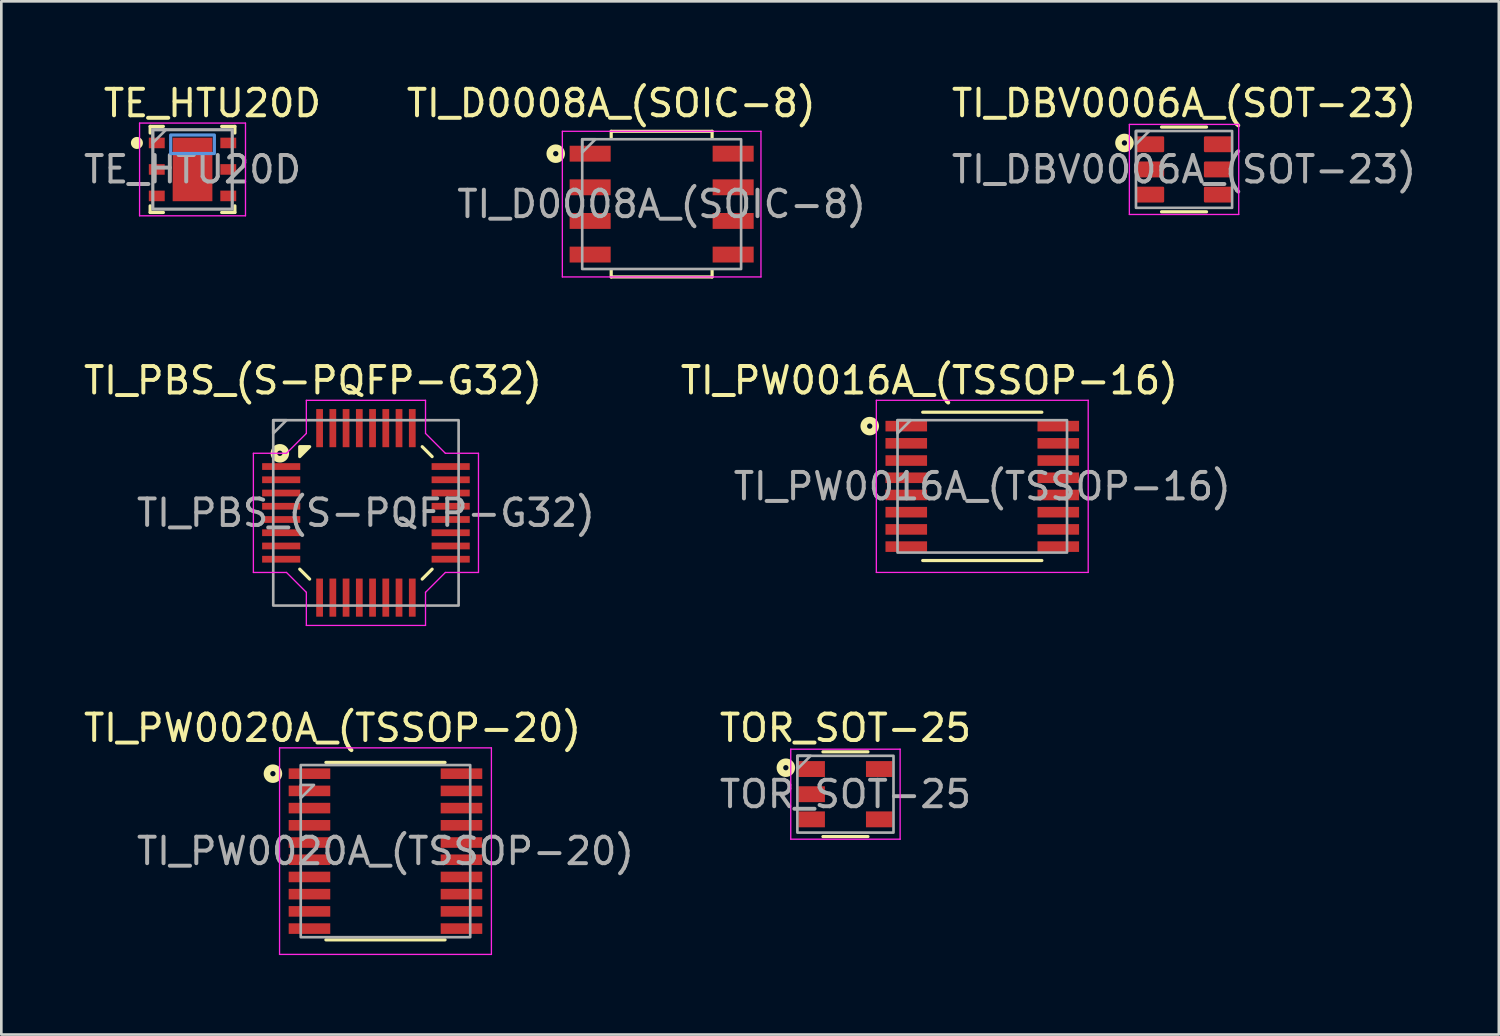
<source format=kicad_pcb>
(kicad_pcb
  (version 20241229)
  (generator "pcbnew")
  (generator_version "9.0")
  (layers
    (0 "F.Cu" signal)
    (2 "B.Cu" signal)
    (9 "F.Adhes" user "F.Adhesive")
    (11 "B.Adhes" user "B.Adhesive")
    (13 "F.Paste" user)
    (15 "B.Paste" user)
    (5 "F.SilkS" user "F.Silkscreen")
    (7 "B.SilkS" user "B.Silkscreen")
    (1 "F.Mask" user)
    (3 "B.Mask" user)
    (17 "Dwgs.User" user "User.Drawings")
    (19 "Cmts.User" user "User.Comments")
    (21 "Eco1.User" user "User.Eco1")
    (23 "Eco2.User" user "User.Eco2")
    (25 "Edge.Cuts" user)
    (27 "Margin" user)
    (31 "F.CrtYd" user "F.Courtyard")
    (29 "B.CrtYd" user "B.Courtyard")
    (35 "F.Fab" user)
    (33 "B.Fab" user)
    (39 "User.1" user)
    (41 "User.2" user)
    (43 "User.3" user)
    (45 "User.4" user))
  (footprint "TI_PW0016A_(TSSOP-16)"
    (layer "F.Cu")
    (at 34.042 15.316)
    (property "Reference" "TI_PW0016A_(TSSOP-16)" (at -2 -4 0) (unlocked yes) (layer "F.SilkS") (effects (font (size 1 1) (thickness 0.15))))
    (attr smd)
    (fp_line (start 2.25 -2.8) (end -2.25 -2.8) (stroke (width 0.12) (type solid)) (layer "F.SilkS"))
    (fp_line (start 2.25 2.8) (end -2.25 2.8) (stroke (width 0.12) (type solid)) (layer "F.SilkS"))
    (fp_circle (center -4.25 -2.275) (end -4.15 -2.275) (stroke (width 0.25) (type solid)) (fill no) (layer "F.SilkS"))
    (fp_line (start -4 -3.25) (end 4 -3.25) (stroke (width 0.05) (type solid)) (layer "F.CrtYd"))
    (fp_line (start -4 3.25) (end -4 -3.25) (stroke (width 0.05) (type solid)) (layer "F.CrtYd"))
    (fp_line (start 4 -3.25) (end 4 3.25) (stroke (width 0.05) (type solid)) (layer "F.CrtYd"))
    (fp_line (start 4 3.25) (end -4 3.25) (stroke (width 0.05) (type solid)) (layer "F.CrtYd"))
    (fp_rect (start 3.2 -2.5) (end -3.2 2.5) (stroke (width 0.1) (type solid)) (fill no) (layer "F.Fab"))
    (fp_poly (pts (xy -3.2 -2) (xy -3.2 -2.5) (xy -2.7 -2.5)) (stroke (width 0.1) (type solid)) (fill no) (layer "F.Fab"))
    (fp_text user "${REFERENCE}" (at 0 0 0) (unlocked yes) (layer "F.Fab") (effects (font (size 1 1) (thickness 0.15))))
    (pad "1" smd rect (at -2.87 -2.275) (size 1.57 0.4) (layers "F.Cu" "F.Mask" "F.Paste"))
    (pad "2" smd rect (at -2.87 -1.625) (size 1.57 0.4) (layers "F.Cu" "F.Mask" "F.Paste"))
    (pad "3" smd rect (at -2.87 -0.975) (size 1.57 0.4) (layers "F.Cu" "F.Mask" "F.Paste"))
    (pad "4" smd rect (at -2.87 -0.325) (size 1.57 0.4) (layers "F.Cu" "F.Mask" "F.Paste"))
    (pad "5" smd rect (at -2.87 0.325) (size 1.57 0.4) (layers "F.Cu" "F.Mask" "F.Paste"))
    (pad "6" smd rect (at -2.87 0.975) (size 1.57 0.4) (layers "F.Cu" "F.Mask" "F.Paste"))
    (pad "7" smd rect (at -2.87 1.625) (size 1.57 0.4) (layers "F.Cu" "F.Mask" "F.Paste"))
    (pad "8" smd rect (at -2.87 2.275) (size 1.57 0.4) (layers "F.Cu" "F.Mask" "F.Paste"))
    (pad "9" smd rect (at 2.87 2.275) (size 1.57 0.4) (layers "F.Cu" "F.Mask" "F.Paste"))
    (pad "10" smd rect (at 2.87 1.625) (size 1.57 0.4) (layers "F.Cu" "F.Mask" "F.Paste"))
    (pad "11" smd rect (at 2.87 0.975) (size 1.57 0.4) (layers "F.Cu" "F.Mask" "F.Paste"))
    (pad "12" smd rect (at 2.87 0.325) (size 1.57 0.4) (layers "F.Cu" "F.Mask" "F.Paste"))
    (pad "13" smd rect (at 2.87 -0.325) (size 1.57 0.4) (layers "F.Cu" "F.Mask" "F.Paste"))
    (pad "14" smd rect (at 2.87 -0.975) (size 1.57 0.4) (layers "F.Cu" "F.Mask" "F.Paste"))
    (pad "15" smd rect (at 2.87 -1.625) (size 1.57 0.4) (layers "F.Cu" "F.Mask" "F.Paste"))
    (pad "16" smd rect (at 2.87 -2.275) (size 1.57 0.4) (layers "F.Cu" "F.Mask" "F.Paste")))
  (footprint "TI_DBV0006A_(SOT-23)"
    (layer "F.Cu")
    (at 41.661 3.348)
    (property "Reference" "TI_DBV0006A_(SOT-23)" (at 0 -2.5 0) (unlocked yes) (layer "F.SilkS") (effects (font (size 1 1) (thickness 0.15))))
    (attr smd)
    (fp_line (start 0.85 -1.6) (end -0.85 -1.6) (stroke (width 0.12) (type solid)) (layer "F.SilkS"))
    (fp_line (start 0.85 1.6) (end -0.85 1.6) (stroke (width 0.12) (type solid)) (layer "F.SilkS"))
    (fp_circle (center -2.25 -1) (end -2.15 -1) (stroke (width 0.25) (type solid)) (fill no) (layer "F.SilkS"))
    (fp_line (start -2.065 -1.7) (end -2.065 1.7) (stroke (width 0.05) (type solid)) (layer "F.CrtYd"))
    (fp_line (start -2.065 -1.7) (end 2.065 -1.7) (stroke (width 0.05) (type solid)) (layer "F.CrtYd"))
    (fp_line (start -2.065 1.7) (end 2.065 1.7) (stroke (width 0.05) (type solid)) (layer "F.CrtYd"))
    (fp_line (start 2.065 -1.7) (end 2.065 1.7) (stroke (width 0.05) (type solid)) (layer "F.CrtYd"))
    (fp_rect (start 1.815 -1.45) (end -1.815 1.45) (stroke (width 0.1) (type solid)) (fill no) (layer "F.Fab"))
    (fp_poly (pts (xy -1.815 -0.95) (xy -1.815 -1.45) (xy -1.315 -1.45)) (stroke (width 0.1) (type solid)) (fill no) (layer "F.Fab"))
    (fp_text user "${REFERENCE}" (at 0 0 0) (unlocked yes) (layer "F.Fab") (effects (font (size 1 1) (thickness 0.15))))
    (pad "1" smd roundrect (at -1.3 -0.95) (size 1.1 0.6) (layers "F.Cu" "F.Mask" "F.Paste") (roundrect_rratio 0.083))
    (pad "2" smd roundrect (at -1.3 0) (size 1.1 0.6) (layers "F.Cu" "F.Mask" "F.Paste") (roundrect_rratio 0.083))
    (pad "3" smd roundrect (at -1.3 0.95) (size 1.1 0.6) (layers "F.Cu" "F.Mask" "F.Paste") (roundrect_rratio 0.083))
    (pad "4" smd roundrect (at 1.3 0.95) (size 1.1 0.6) (layers "F.Cu" "F.Mask" "F.Paste") (roundrect_rratio 0.083))
    (pad "5" smd roundrect (at 1.3 0) (size 1.1 0.6) (layers "F.Cu" "F.Mask" "F.Paste") (roundrect_rratio 0.083))
    (pad "6" smd roundrect (at 1.3 -0.95) (size 1.1 0.6) (layers "F.Cu" "F.Mask" "F.Paste") (roundrect_rratio 0.083)))
  (footprint "TOR_SOT-25"
    (layer "F.Cu")
    (at 28.875 26.94)
    (property "Reference" "TOR_SOT-25" (at 0 -2.5 0) (unlocked yes) (layer "F.SilkS") (effects (font (size 1 1) (thickness 0.15))))
    (attr smd)
    (fp_line (start 0.85 -1.6) (end -0.85 -1.6) (stroke (width 0.12) (type solid)) (layer "F.SilkS"))
    (fp_line (start 0.85 1.6) (end -0.85 1.6) (stroke (width 0.12) (type solid)) (layer "F.SilkS"))
    (fp_circle (center -2.25 -1) (end -2.15 -1) (stroke (width 0.25) (type solid)) (fill no) (layer "F.SilkS"))
    (fp_line (start -2.065 -1.7) (end -2.065 1.7) (stroke (width 0.05) (type solid)) (layer "F.CrtYd"))
    (fp_line (start -2.065 -1.7) (end 2.065 -1.7) (stroke (width 0.05) (type solid)) (layer "F.CrtYd"))
    (fp_line (start -2.065 1.7) (end 2.065 1.7) (stroke (width 0.05) (type solid)) (layer "F.CrtYd"))
    (fp_line (start 2.065 -1.7) (end 2.065 1.7) (stroke (width 0.05) (type solid)) (layer "F.CrtYd"))
    (fp_rect (start 1.815 -1.45) (end -1.815 1.45) (stroke (width 0.1) (type solid)) (fill no) (layer "F.Fab"))
    (fp_poly (pts (xy -1.815 -0.95) (xy -1.815 -1.45) (xy -1.315 -1.45)) (stroke (width 0.1) (type solid)) (fill no) (layer "F.Fab"))
    (fp_text user "${REFERENCE}" (at 0 0 0) (unlocked yes) (layer "F.Fab") (effects (font (size 1 1) (thickness 0.15))))
    (pad "1" smd rect (at -1.275 -0.95) (size 1 0.6) (layers "F.Cu" "F.Mask" "F.Paste"))
    (pad "2" smd rect (at -1.275 0) (size 1 0.6) (layers "F.Cu" "F.Mask" "F.Paste"))
    (pad "3" smd rect (at -1.275 0.95) (size 1 0.6) (layers "F.Cu" "F.Mask" "F.Paste"))
    (pad "4" smd rect (at 1.275 0.95) (size 1 0.6) (layers "F.Cu" "F.Mask" "F.Paste"))
    (pad "5" smd rect (at 1.275 -0.95) (size 1 0.6) (layers "F.Cu" "F.Mask" "F.Paste")))
  (footprint "TE_HTU20D"
    (layer "F.Cu")
    (at 4.22 3.348)
    (property "Reference" "TE_HTU20D" (at 0.75 -2.5 0) (unlocked yes) (layer "F.SilkS") (effects (font (size 1 1) (thickness 0.15))))
    (attr smd)
    (fp_line (start -1.6 -1.625) (end -1.6 -1.375) (stroke (width 0.12) (type solid)) (layer "F.SilkS"))
    (fp_line (start -1.6 -1.625) (end -1.1 -1.625) (stroke (width 0.12) (type solid)) (layer "F.SilkS"))
    (fp_line (start -1.6 1.625) (end -1.6 1.375) (stroke (width 0.12) (type solid)) (layer "F.SilkS"))
    (fp_line (start -1.6 1.625) (end -1.1 1.625) (stroke (width 0.12) (type solid)) (layer "F.SilkS"))
    (fp_line (start 1.6 -1.625) (end 1.1 -1.625) (stroke (width 0.12) (type solid)) (layer "F.SilkS"))
    (fp_line (start 1.6 -1.625) (end 1.6 -1.375) (stroke (width 0.12) (type solid)) (layer "F.SilkS"))
    (fp_line (start 1.6 1.625) (end 1.1 1.625) (stroke (width 0.12) (type solid)) (layer "F.SilkS"))
    (fp_line (start 1.6 1.625) (end 1.6 1.375) (stroke (width 0.12) (type solid)) (layer "F.SilkS"))
    (fp_circle (center -2.1 -1) (end -2 -1) (stroke (width 0.254) (type solid)) (fill yes) (layer "F.SilkS"))
    (fp_rect (start -0.825 -1.3) (end 0.825 -0.6) (stroke (width 0.12) (type solid)) (fill no) (layer "Cmts.User"))
    (fp_line (start -2 1.75) (end -2 -1.75) (stroke (width 0.05) (type solid)) (layer "F.CrtYd"))
    (fp_line (start 2 -1.75) (end -2 -1.75) (stroke (width 0.05) (type solid)) (layer "F.CrtYd"))
    (fp_line (start 2 1.75) (end -2 1.75) (stroke (width 0.05) (type solid)) (layer "F.CrtYd"))
    (fp_line (start 2 1.75) (end 2 -1.75) (stroke (width 0.05) (type solid)) (layer "F.CrtYd"))
    (fp_rect (start -1.5 -1.5) (end 1.5 1.5) (stroke (width 0.12) (type solid)) (fill no) (layer "F.Fab"))
    (fp_poly (pts (xy -1.5 -1) (xy -1.5 -1.5) (xy -1 -1.5)) (stroke (width 0.1) (type solid)) (fill no) (layer "F.Fab"))
    (fp_text user "${REFERENCE}" (at 0 0 0) (unlocked yes) (layer "F.Fab") (effects (font (size 1 1) (thickness 0.15))))
    (pad "1" smd rect (at -1.35 -1) (size 0.6 0.4) (layers "F.Cu" "F.Mask" "F.Paste"))
    (pad "2" smd rect (at -1.35 0) (size 0.6 0.4) (layers "F.Cu" "F.Mask" "F.Paste"))
    (pad "3" smd rect (at -1.35 1) (size 0.6 0.4) (layers "F.Cu" "F.Mask" "F.Paste"))
    (pad "4" smd rect (at 1.35 1) (size 0.6 0.4) (layers "F.Cu" "F.Mask" "F.Paste"))
    (pad "5" smd rect (at 1.35 0) (size 0.6 0.4) (layers "F.Cu" "F.Mask" "F.Paste"))
    (pad "6" smd rect (at 1.35 -1) (size 0.6 0.4) (layers "F.Cu" "F.Mask" "F.Paste"))
    (pad "PAD" smd rect (at 0 0) (size 1.5 2.4) (layers "F.Cu" "F.Mask" "F.Paste")))
  (footprint "TI_D0008A_(SOIC-8)"
    (layer "F.Cu")
    (at 21.935 4.658)
    (property "Reference" "TI_D0008A_(SOIC-8)" (at -1.905 -3.81 0) (unlocked yes) (layer "F.SilkS") (effects (font (size 1 1) (thickness 0.15))))
    (attr smd)
    (fp_line (start -1.905 -2.75) (end -1.905 -2.5) (stroke (width 0.12) (type solid)) (layer "F.SilkS"))
    (fp_line (start -1.905 2.5) (end -1.905 2.75) (stroke (width 0.12) (type solid)) (layer "F.SilkS"))
    (fp_line (start -1.905 2.75) (end 1.905 2.75) (stroke (width 0.12) (type solid)) (layer "F.SilkS"))
    (fp_line (start 1.905 -2.75) (end -1.905 -2.75) (stroke (width 0.12) (type solid)) (layer "F.SilkS"))
    (fp_line (start 1.905 -2.75) (end 1.905 -2.5) (stroke (width 0.12) (type solid)) (layer "F.SilkS"))
    (fp_line (start 1.905 2.5) (end 1.905 2.75) (stroke (width 0.12) (type solid)) (layer "F.SilkS"))
    (fp_circle (center -4 -1.905) (end -3.9 -1.905) (stroke (width 0.25) (type solid)) (fill no) (layer "F.SilkS"))
    (fp_line (start -3.75 2.75) (end -3.75 -2.75) (stroke (width 0.05) (type solid)) (layer "F.CrtYd"))
    (fp_line (start 3.75 -2.75) (end -3.75 -2.75) (stroke (width 0.05) (type solid)) (layer "F.CrtYd"))
    (fp_line (start 3.75 -2.75) (end 3.75 2.75) (stroke (width 0.05) (type solid)) (layer "F.CrtYd"))
    (fp_line (start 3.75 2.75) (end -3.75 2.75) (stroke (width 0.05) (type solid)) (layer "F.CrtYd"))
    (fp_rect (start 3 -2.45) (end -3 2.45) (stroke (width 0.1) (type solid)) (fill no) (layer "F.Fab"))
    (fp_poly (pts (xy -3 -1.95) (xy -3 -2.45) (xy -2.5 -2.45)) (stroke (width 0.1) (type solid)) (fill no) (layer "F.Fab"))
    (fp_text user "${REFERENCE}" (at 0 0 0) (unlocked yes) (layer "F.Fab") (effects (font (size 1 1) (thickness 0.15))))
    (pad "1" smd rect (at -2.7 -1.905) (size 1.55 0.6) (layers "F.Cu" "F.Mask" "F.Paste"))
    (pad "2" smd rect (at -2.7 -0.635) (size 1.55 0.6) (layers "F.Cu" "F.Mask" "F.Paste"))
    (pad "3" smd rect (at -2.7 0.635) (size 1.55 0.6) (layers "F.Cu" "F.Mask" "F.Paste"))
    (pad "4" smd rect (at -2.7 1.905) (size 1.55 0.6) (layers "F.Cu" "F.Mask" "F.Paste"))
    (pad "5" smd rect (at 2.7 1.905) (size 1.55 0.6) (layers "F.Cu" "F.Mask" "F.Paste"))
    (pad "6" smd rect (at 2.7 0.635) (size 1.55 0.6) (layers "F.Cu" "F.Mask" "F.Paste"))
    (pad "7" smd rect (at 2.7 -0.635) (size 1.55 0.6) (layers "F.Cu" "F.Mask" "F.Paste"))
    (pad "8" smd rect (at 2.7 -1.905) (size 1.55 0.6) (layers "F.Cu" "F.Mask" "F.Paste")))
  (footprint "TI_PW0020A_(TSSOP-20)"
    (layer "F.Cu")
    (at 11.506 29.09)
    (property "Reference" "TI_PW0020A_(TSSOP-20)" (at -2 -4.65 0) (unlocked yes) (layer "F.SilkS") (effects (font (size 1 1) (thickness 0.15))))
    (attr smd)
    (fp_line (start 2.25 -3.35) (end -2.25 -3.35) (stroke (width 0.12) (type solid)) (layer "F.SilkS"))
    (fp_line (start 2.25 3.35) (end -2.25 3.35) (stroke (width 0.12) (type solid)) (layer "F.SilkS"))
    (fp_circle (center -4.25 -2.925) (end -4.15 -2.925) (stroke (width 0.25) (type solid)) (fill no) (layer "F.SilkS"))
    (fp_line (start -4 -3.9) (end 4 -3.9) (stroke (width 0.05) (type solid)) (layer "F.CrtYd"))
    (fp_line (start -4 3.9) (end -4 -3.9) (stroke (width 0.05) (type solid)) (layer "F.CrtYd"))
    (fp_line (start 4 -3.9) (end 4 3.9) (stroke (width 0.05) (type solid)) (layer "F.CrtYd"))
    (fp_line (start 4 3.9) (end -4 3.9) (stroke (width 0.05) (type solid)) (layer "F.CrtYd"))
    (fp_rect (start 3.2 -3.25) (end -3.2 3.25) (stroke (width 0.1) (type solid)) (fill no) (layer "F.Fab"))
    (fp_poly (pts (xy -3.2 -2) (xy -3.2 -2.5) (xy -2.7 -2.5)) (stroke (width 0.1) (type solid)) (fill no) (layer "F.Fab"))
    (fp_text user "${REFERENCE}" (at 0 0 0) (unlocked yes) (layer "F.Fab") (effects (font (size 1 1) (thickness 0.15))))
    (pad "1" smd rect (at -2.87 -2.925) (size 1.57 0.4) (layers "F.Cu" "F.Mask" "F.Paste"))
    (pad "1" smd rect (at -2.87 -2.275) (size 1.57 0.4) (layers "F.Cu" "F.Mask" "F.Paste"))
    (pad "1" smd rect (at -2.87 2.925) (size 1.57 0.4) (layers "F.Cu" "F.Mask" "F.Paste"))
    (pad "1" smd rect (at 2.87 -2.925) (size 1.57 0.4) (layers "F.Cu" "F.Mask" "F.Paste"))
    (pad "1" smd rect (at 2.87 2.925) (size 1.57 0.4) (layers "F.Cu" "F.Mask" "F.Paste"))
    (pad "2" smd rect (at -2.87 -1.625) (size 1.57 0.4) (layers "F.Cu" "F.Mask" "F.Paste"))
    (pad "3" smd rect (at -2.87 -0.975) (size 1.57 0.4) (layers "F.Cu" "F.Mask" "F.Paste"))
    (pad "4" smd rect (at -2.87 -0.325) (size 1.57 0.4) (layers "F.Cu" "F.Mask" "F.Paste"))
    (pad "5" smd rect (at -2.87 0.325) (size 1.57 0.4) (layers "F.Cu" "F.Mask" "F.Paste"))
    (pad "6" smd rect (at -2.87 0.975) (size 1.57 0.4) (layers "F.Cu" "F.Mask" "F.Paste"))
    (pad "7" smd rect (at -2.87 1.625) (size 1.57 0.4) (layers "F.Cu" "F.Mask" "F.Paste"))
    (pad "8" smd rect (at -2.87 2.275) (size 1.57 0.4) (layers "F.Cu" "F.Mask" "F.Paste"))
    (pad "9" smd rect (at 2.87 2.275) (size 1.57 0.4) (layers "F.Cu" "F.Mask" "F.Paste"))
    (pad "10" smd rect (at 2.87 1.625) (size 1.57 0.4) (layers "F.Cu" "F.Mask" "F.Paste"))
    (pad "11" smd rect (at 2.87 0.975) (size 1.57 0.4) (layers "F.Cu" "F.Mask" "F.Paste"))
    (pad "12" smd rect (at 2.87 0.325) (size 1.57 0.4) (layers "F.Cu" "F.Mask" "F.Paste"))
    (pad "13" smd rect (at 2.87 -0.325) (size 1.57 0.4) (layers "F.Cu" "F.Mask" "F.Paste"))
    (pad "14" smd rect (at 2.87 -0.975) (size 1.57 0.4) (layers "F.Cu" "F.Mask" "F.Paste"))
    (pad "15" smd rect (at 2.87 -1.625) (size 1.57 0.4) (layers "F.Cu" "F.Mask" "F.Paste"))
    (pad "16" smd rect (at 2.87 -2.275) (size 1.57 0.4) (layers "F.Cu" "F.Mask" "F.Paste")))
  (footprint "TI_PBS_(S-PQFP-G32)"
    (layer "F.Cu")
    (at 10.768 16.317)
    (property "Reference" "TI_PBS_(S-PQFP-G32)" (at -2 -5 0) (unlocked yes) (layer "F.SilkS") (effects (font (size 1 1) (thickness 0.15))))
    (attr smd)
    (fp_line (start -2.5 2.125) (end -2.125 2.5) (stroke (width 0.12) (type solid)) (layer "F.SilkS"))
    (fp_line (start 2.5 -2.125) (end 2.125 -2.5) (stroke (width 0.12) (type solid)) (layer "F.SilkS"))
    (fp_line (start 2.5 2.125) (end 2.125 2.5) (stroke (width 0.12) (type solid)) (layer "F.SilkS"))
    (fp_circle (center -3.25 -2.25) (end -3.15 -2.25) (stroke (width 0.25) (type solid)) (fill no) (layer "F.SilkS"))
    (fp_poly (pts (xy -2.5 -2.125) (xy -2.5 -2.5) (xy -2.125 -2.5)) (stroke (width 0.12) (type solid)) (fill yes) (layer "F.SilkS"))
    (fp_line (start -4.25 2.25) (end -4.25 -2.25) (stroke (width 0.05) (type solid)) (layer "F.CrtYd"))
    (fp_line (start -4.25 2.25) (end -3 2.25) (stroke (width 0.05) (type solid)) (layer "F.CrtYd"))
    (fp_line (start -3 -2.25) (end -4.25 -2.25) (stroke (width 0.05) (type solid)) (layer "F.CrtYd"))
    (fp_line (start -3 2.25) (end -2.25 3) (stroke (width 0.05) (type solid)) (layer "F.CrtYd"))
    (fp_line (start -2.25 -4.25) (end -2.25 -3) (stroke (width 0.05) (type solid)) (layer "F.CrtYd"))
    (fp_line (start -2.25 -3) (end -3 -2.25) (stroke (width 0.05) (type solid)) (layer "F.CrtYd"))
    (fp_line (start -2.25 3) (end -2.25 4.25) (stroke (width 0.05) (type solid)) (layer "F.CrtYd"))
    (fp_line (start 2.25 -4.25) (end -2.25 -4.25) (stroke (width 0.05) (type solid)) (layer "F.CrtYd"))
    (fp_line (start 2.25 -3) (end 2.25 -4.25) (stroke (width 0.05) (type solid)) (layer "F.CrtYd"))
    (fp_line (start 2.25 3) (end 3 2.25) (stroke (width 0.05) (type solid)) (layer "F.CrtYd"))
    (fp_line (start 2.25 4.25) (end -2.25 4.25) (stroke (width 0.05) (type solid)) (layer "F.CrtYd"))
    (fp_line (start 2.25 4.25) (end 2.25 3) (stroke (width 0.05) (type solid)) (layer "F.CrtYd"))
    (fp_line (start 3 -2.25) (end 2.25 -3) (stroke (width 0.05) (type solid)) (layer "F.CrtYd"))
    (fp_line (start 3 2.25) (end 4.25 2.25) (stroke (width 0.05) (type solid)) (layer "F.CrtYd"))
    (fp_line (start 4.25 -2.25) (end 3 -2.25) (stroke (width 0.05) (type solid)) (layer "F.CrtYd"))
    (fp_line (start 4.25 2.25) (end 4.25 -2.25) (stroke (width 0.05) (type solid)) (layer "F.CrtYd"))
    (fp_rect (start -3.5 -3.5) (end 3.5 3.5) (stroke (width 0.1) (type solid)) (fill no) (layer "F.Fab"))
    (fp_poly (pts (xy -3.5 -3) (xy -3.5 -3.5) (xy -3 -3.5)) (stroke (width 0.1) (type solid)) (fill no) (layer "F.Fab"))
    (fp_text user "${REFERENCE}" (at 0 0 0) (unlocked yes) (layer "F.Fab") (effects (font (size 1 1) (thickness 0.15))))
    (pad "1" smd rect (at -3.2 -1.75) (size 1.44 0.255) (layers "F.Cu" "F.Mask" "F.Paste"))
    (pad "2" smd rect (at -3.2 -1.25) (size 1.44 0.255) (layers "F.Cu" "F.Mask" "F.Paste"))
    (pad "3" smd rect (at -3.2 -0.75) (size 1.44 0.255) (layers "F.Cu" "F.Mask" "F.Paste"))
    (pad "4" smd rect (at -3.2 -0.25) (size 1.44 0.255) (layers "F.Cu" "F.Mask" "F.Paste"))
    (pad "5" smd rect (at -3.2 0.25) (size 1.44 0.255) (layers "F.Cu" "F.Mask" "F.Paste"))
    (pad "6" smd rect (at -3.2 0.75) (size 1.44 0.255) (layers "F.Cu" "F.Mask" "F.Paste"))
    (pad "7" smd rect (at -3.2 1.25) (size 1.44 0.255) (layers "F.Cu" "F.Mask" "F.Paste"))
    (pad "8" smd rect (at -3.2 1.75) (size 1.44 0.255) (layers "F.Cu" "F.Mask" "F.Paste"))
    (pad "9" smd rect (at -1.75 3.2 90) (size 1.44 0.255) (layers "F.Cu" "F.Mask" "F.Paste"))
    (pad "10" smd rect (at -1.25 3.2 90) (size 1.44 0.255) (layers "F.Cu" "F.Mask" "F.Paste"))
    (pad "11" smd rect (at -0.75 3.2 90) (size 1.44 0.255) (layers "F.Cu" "F.Mask" "F.Paste"))
    (pad "12" smd rect (at -0.25 3.2 90) (size 1.44 0.255) (layers "F.Cu" "F.Mask" "F.Paste"))
    (pad "13" smd rect (at 0.25 3.2 90) (size 1.44 0.255) (layers "F.Cu" "F.Mask" "F.Paste"))
    (pad "14" smd rect (at 0.75 3.2 90) (size 1.44 0.255) (layers "F.Cu" "F.Mask" "F.Paste"))
    (pad "15" smd rect (at 1.25 3.2 90) (size 1.44 0.255) (layers "F.Cu" "F.Mask" "F.Paste"))
    (pad "16" smd rect (at 1.75 3.2 90) (size 1.44 0.255) (layers "F.Cu" "F.Mask" "F.Paste"))
    (pad "17" smd rect (at 3.2 1.75) (size 1.44 0.255) (layers "F.Cu" "F.Mask" "F.Paste"))
    (pad "18" smd rect (at 3.2 1.25) (size 1.44 0.255) (layers "F.Cu" "F.Mask" "F.Paste"))
    (pad "19" smd rect (at 3.2 0.75) (size 1.44 0.255) (layers "F.Cu" "F.Mask" "F.Paste"))
    (pad "20" smd rect (at 3.2 0.25) (size 1.44 0.255) (layers "F.Cu" "F.Mask" "F.Paste"))
    (pad "21" smd rect (at 3.2 -0.25) (size 1.44 0.255) (layers "F.Cu" "F.Mask" "F.Paste"))
    (pad "22" smd rect (at 3.2 -0.75) (size 1.44 0.255) (layers "F.Cu" "F.Mask" "F.Paste"))
    (pad "23" smd rect (at 3.2 -1.25) (size 1.44 0.255) (layers "F.Cu" "F.Mask" "F.Paste"))
    (pad "24" smd rect (at 3.2 -1.75) (size 1.44 0.255) (layers "F.Cu" "F.Mask" "F.Paste"))
    (pad "25" smd rect (at 1.75 -3.2 90) (size 1.44 0.255) (layers "F.Cu" "F.Mask" "F.Paste"))
    (pad "26" smd rect (at 1.25 -3.2 90) (size 1.44 0.255) (layers "F.Cu" "F.Mask" "F.Paste"))
    (pad "27" smd rect (at 0.75 -3.2 90) (size 1.44 0.255) (layers "F.Cu" "F.Mask" "F.Paste"))
    (pad "28" smd rect (at 0.25 -3.2 90) (size 1.44 0.255) (layers "F.Cu" "F.Mask" "F.Paste"))
    (pad "29" smd rect (at -0.25 -3.2 90) (size 1.44 0.255) (layers "F.Cu" "F.Mask" "F.Paste"))
    (pad "30" smd rect (at -0.75 -3.2 90) (size 1.44 0.255) (layers "F.Cu" "F.Mask" "F.Paste"))
    (pad "31" smd rect (at -1.25 -3.2 90) (size 1.44 0.255) (layers "F.Cu" "F.Mask" "F.Paste"))
    (pad "32" smd rect (at -1.75 -3.2 90) (size 1.44 0.255) (layers "F.Cu" "F.Mask" "F.Paste")))
  (gr_rect
    (start -3 -3)
    (end 53.548 36.015)
    (stroke (width 0.1) (type default))
    (fill no)
    (layer "Edge.Cuts")))
</source>
